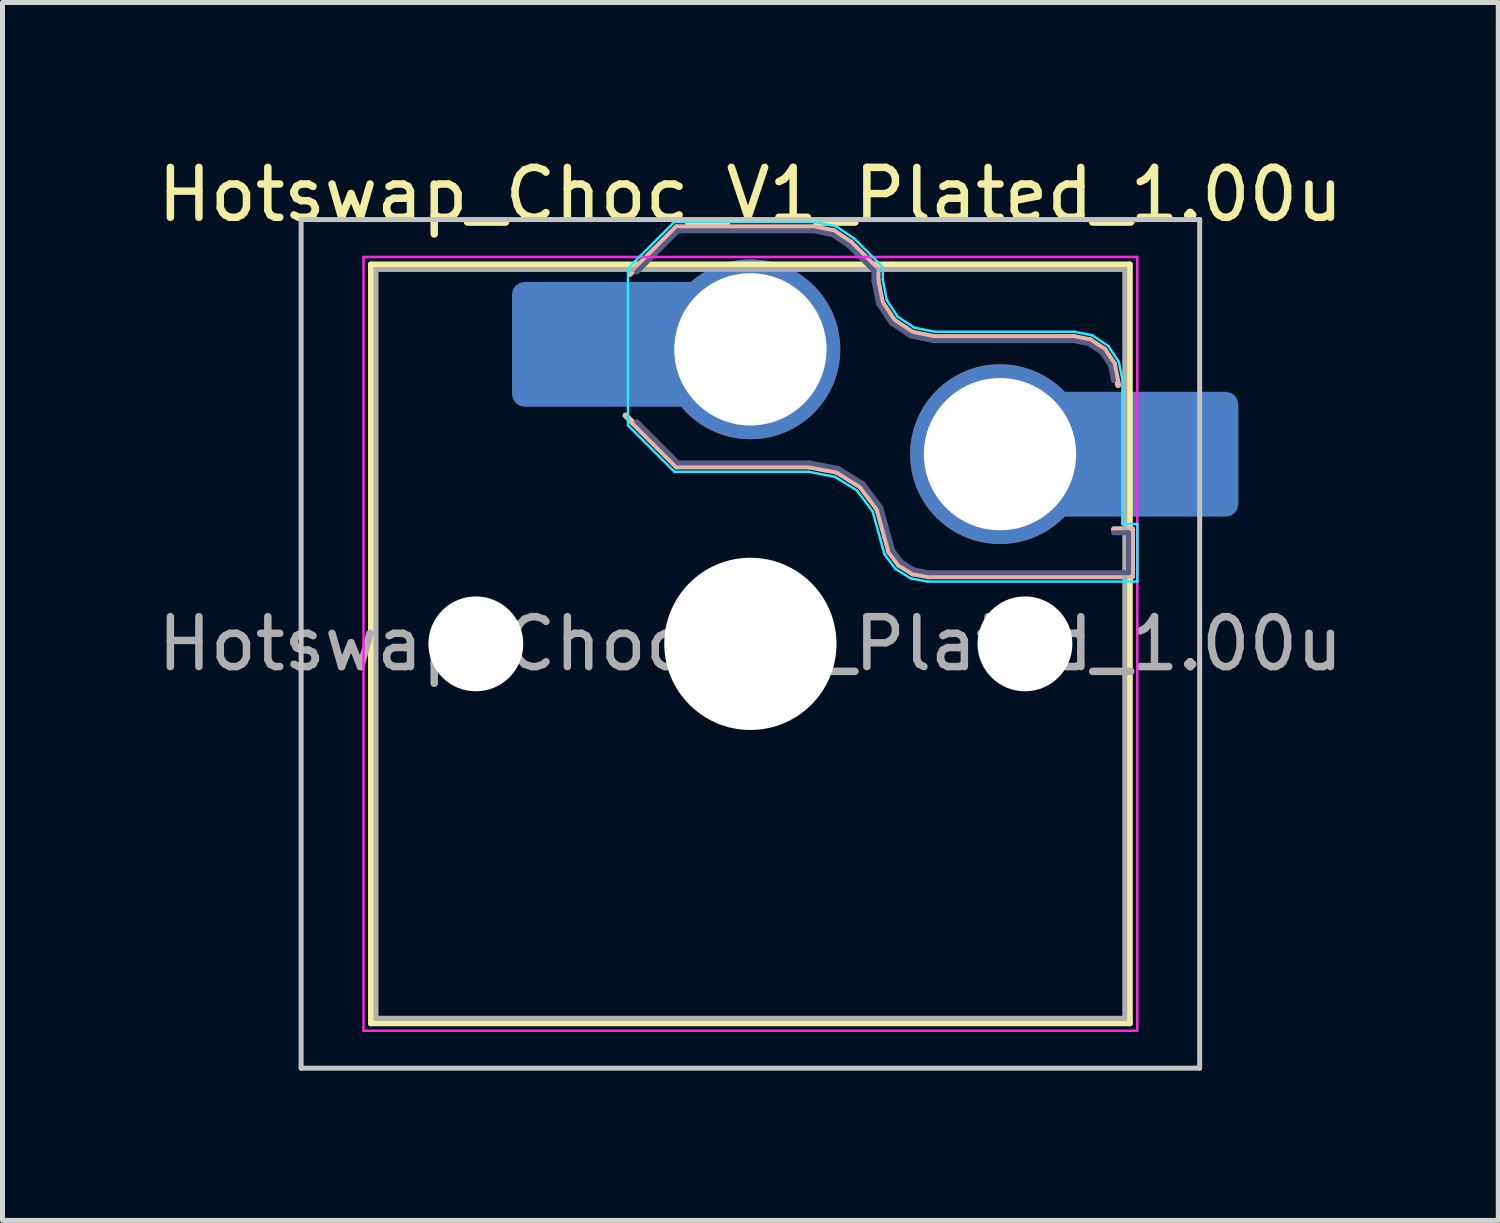
<source format=kicad_pcb>
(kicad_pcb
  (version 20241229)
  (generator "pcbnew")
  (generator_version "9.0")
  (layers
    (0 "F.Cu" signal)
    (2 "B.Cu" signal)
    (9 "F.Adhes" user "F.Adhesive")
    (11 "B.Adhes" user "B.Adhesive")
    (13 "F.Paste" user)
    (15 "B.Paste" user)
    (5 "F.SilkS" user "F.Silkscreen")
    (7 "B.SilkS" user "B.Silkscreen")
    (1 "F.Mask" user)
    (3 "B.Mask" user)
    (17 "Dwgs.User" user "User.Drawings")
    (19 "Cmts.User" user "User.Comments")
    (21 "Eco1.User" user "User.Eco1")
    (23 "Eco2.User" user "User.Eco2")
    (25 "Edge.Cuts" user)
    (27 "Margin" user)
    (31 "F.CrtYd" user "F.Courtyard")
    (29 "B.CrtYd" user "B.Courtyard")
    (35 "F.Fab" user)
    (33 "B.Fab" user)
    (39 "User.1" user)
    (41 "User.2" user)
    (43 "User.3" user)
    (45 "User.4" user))
  (footprint "Hotswap_Choc_V1_Plated_1.00u"
    (layer "F.Cu")
    (at 11.982 9.848)
    (property "Reference" "Hotswap_Choc_V1_Plated_1.00u" (at 0 -9 0) (layer "F.SilkS") (effects (font (size 1 1) (thickness 0.15))))
    (attr smd)
    (fp_line (start -7.6 -7.6) (end -7.6 7.6) (stroke (width 0.12) (type solid)) (layer "F.SilkS"))
    (fp_line (start -7.6 7.6) (end 7.6 7.6) (stroke (width 0.12) (type solid)) (layer "F.SilkS"))
    (fp_line (start 7.6 -7.6) (end -7.6 -7.6) (stroke (width 0.12) (type solid)) (layer "F.SilkS"))
    (fp_line (start 7.6 7.6) (end 7.6 -7.6) (stroke (width 0.12) (type solid)) (layer "F.SilkS"))
    (fp_line (start -2.416 -7.409) (end -1.479 -8.346) (stroke (width 0.12) (type solid)) (layer "B.SilkS"))
    (fp_line (start -1.479 -8.346) (end 1.268 -8.346) (stroke (width 0.12) (type solid)) (layer "B.SilkS"))
    (fp_line (start -1.479 -3.554) (end -2.5 -4.575) (stroke (width 0.12) (type solid)) (layer "B.SilkS"))
    (fp_line (start 1.168 -3.554) (end -1.479 -3.554) (stroke (width 0.12) (type solid)) (layer "B.SilkS"))
    (fp_line (start 1.268 -8.346) (end 1.671 -8.266) (stroke (width 0.12) (type solid)) (layer "B.SilkS"))
    (fp_line (start 1.671 -8.266) (end 2.013 -8.037) (stroke (width 0.12) (type solid)) (layer "B.SilkS"))
    (fp_line (start 1.73 -3.449) (end 1.168 -3.554) (stroke (width 0.12) (type solid)) (layer "B.SilkS"))
    (fp_line (start 2.013 -8.037) (end 2.546 -7.504) (stroke (width 0.12) (type solid)) (layer "B.SilkS"))
    (fp_line (start 2.209 -3.15) (end 1.73 -3.449) (stroke (width 0.12) (type solid)) (layer "B.SilkS"))
    (fp_line (start 2.546 -7.504) (end 2.546 -7.282) (stroke (width 0.12) (type solid)) (layer "B.SilkS"))
    (fp_line (start 2.546 -7.282) (end 2.633 -6.844) (stroke (width 0.12) (type solid)) (layer "B.SilkS"))
    (fp_line (start 2.547 -2.697) (end 2.209 -3.15) (stroke (width 0.12) (type solid)) (layer "B.SilkS"))
    (fp_line (start 2.633 -6.844) (end 2.877 -6.477) (stroke (width 0.12) (type solid)) (layer "B.SilkS"))
    (fp_line (start 2.701 -2.139) (end 2.547 -2.697) (stroke (width 0.12) (type solid)) (layer "B.SilkS"))
    (fp_line (start 2.783 -1.841) (end 2.701 -2.139) (stroke (width 0.12) (type solid)) (layer "B.SilkS"))
    (fp_line (start 2.877 -6.477) (end 3.244 -6.233) (stroke (width 0.12) (type solid)) (layer "B.SilkS"))
    (fp_line (start 2.976 -1.583) (end 2.783 -1.841) (stroke (width 0.12) (type solid)) (layer "B.SilkS"))
    (fp_line (start 3.244 -6.233) (end 3.682 -6.146) (stroke (width 0.12) (type solid)) (layer "B.SilkS"))
    (fp_line (start 3.25 -1.413) (end 2.976 -1.583) (stroke (width 0.12) (type solid)) (layer "B.SilkS"))
    (fp_line (start 3.56 -1.354) (end 3.25 -1.413) (stroke (width 0.12) (type solid)) (layer "B.SilkS"))
    (fp_line (start 3.682 -6.146) (end 6.482 -6.146) (stroke (width 0.12) (type solid)) (layer "B.SilkS"))
    (fp_line (start 6.482 -6.146) (end 6.809 -6.081) (stroke (width 0.12) (type solid)) (layer "B.SilkS"))
    (fp_line (start 6.809 -6.081) (end 7.092 -5.892) (stroke (width 0.12) (type solid)) (layer "B.SilkS"))
    (fp_line (start 7.092 -5.892) (end 7.281 -5.609) (stroke (width 0.12) (type solid)) (layer "B.SilkS"))
    (fp_line (start 7.281 -5.609) (end 7.366 -5.182) (stroke (width 0.12) (type solid)) (layer "B.SilkS"))
    (fp_line (start 7.283 -2.296) (end 7.646 -2.296) (stroke (width 0.12) (type solid)) (layer "B.SilkS"))
    (fp_line (start 7.646 -2.296) (end 7.646 -1.354) (stroke (width 0.12) (type solid)) (layer "B.SilkS"))
    (fp_line (start 7.646 -1.354) (end 3.56 -1.354) (stroke (width 0.12) (type solid)) (layer "B.SilkS"))
    (fp_line (start -9 -8.5) (end -9 8.5) (stroke (width 0.1) (type solid)) (layer "Dwgs.User"))
    (fp_line (start -9 8.5) (end 9 8.5) (stroke (width 0.1) (type solid)) (layer "Dwgs.User"))
    (fp_line (start 9 -8.5) (end -9 -8.5) (stroke (width 0.1) (type solid)) (layer "Dwgs.User"))
    (fp_line (start 9 8.5) (end 9 -8.5) (stroke (width 0.1) (type solid)) (layer "Dwgs.User"))
    (fp_line (start -7.25 -7.25) (end -7.25 7.25) (stroke (width 0.1) (type solid)) (layer "Eco1.User"))
    (fp_line (start -7.25 7.25) (end 7.25 7.25) (stroke (width 0.1) (type solid)) (layer "Eco1.User"))
    (fp_line (start 7.25 -7.25) (end -7.25 -7.25) (stroke (width 0.1) (type solid)) (layer "Eco1.User"))
    (fp_line (start 7.25 7.25) (end 7.25 -7.25) (stroke (width 0.1) (type solid)) (layer "Eco1.User"))
    (fp_line (start -2.452 -7.523) (end -1.523 -8.452) (stroke (width 0.05) (type solid)) (layer "B.CrtYd"))
    (fp_line (start -2.452 -4.377) (end -2.452 -7.523) (stroke (width 0.05) (type solid)) (layer "B.CrtYd"))
    (fp_line (start -1.523 -8.452) (end 1.278 -8.452) (stroke (width 0.05) (type solid)) (layer "B.CrtYd"))
    (fp_line (start -1.523 -3.448) (end -2.452 -4.377) (stroke (width 0.05) (type solid)) (layer "B.CrtYd"))
    (fp_line (start 1.159 -3.448) (end -1.523 -3.448) (stroke (width 0.05) (type solid)) (layer "B.CrtYd"))
    (fp_line (start 1.278 -8.452) (end 1.712 -8.366) (stroke (width 0.05) (type solid)) (layer "B.CrtYd"))
    (fp_line (start 1.691 -3.348) (end 1.159 -3.448) (stroke (width 0.05) (type solid)) (layer "B.CrtYd"))
    (fp_line (start 1.712 -8.366) (end 2.081 -8.119) (stroke (width 0.05) (type solid)) (layer "B.CrtYd"))
    (fp_line (start 2.081 -8.119) (end 2.652 -7.548) (stroke (width 0.05) (type solid)) (layer "B.CrtYd"))
    (fp_line (start 2.136 -3.071) (end 1.691 -3.348) (stroke (width 0.05) (type solid)) (layer "B.CrtYd"))
    (fp_line (start 2.45 -2.65) (end 2.136 -3.071) (stroke (width 0.05) (type solid)) (layer "B.CrtYd"))
    (fp_line (start 2.599 -2.111) (end 2.45 -2.65) (stroke (width 0.05) (type solid)) (layer "B.CrtYd"))
    (fp_line (start 2.652 -7.548) (end 2.652 -7.292) (stroke (width 0.05) (type solid)) (layer "B.CrtYd"))
    (fp_line (start 2.652 -7.292) (end 2.733 -6.885) (stroke (width 0.05) (type solid)) (layer "B.CrtYd"))
    (fp_line (start 2.687 -1.794) (end 2.599 -2.111) (stroke (width 0.05) (type solid)) (layer "B.CrtYd"))
    (fp_line (start 2.733 -6.885) (end 2.953 -6.553) (stroke (width 0.05) (type solid)) (layer "B.CrtYd"))
    (fp_line (start 2.903 -1.503) (end 2.687 -1.794) (stroke (width 0.05) (type solid)) (layer "B.CrtYd"))
    (fp_line (start 2.953 -6.553) (end 3.285 -6.333) (stroke (width 0.05) (type solid)) (layer "B.CrtYd"))
    (fp_line (start 3.211 -1.312) (end 2.903 -1.503) (stroke (width 0.05) (type solid)) (layer "B.CrtYd"))
    (fp_line (start 3.285 -6.333) (end 3.692 -6.252) (stroke (width 0.05) (type solid)) (layer "B.CrtYd"))
    (fp_line (start 3.55 -1.248) (end 3.211 -1.312) (stroke (width 0.05) (type solid)) (layer "B.CrtYd"))
    (fp_line (start 3.692 -6.252) (end 6.492 -6.252) (stroke (width 0.05) (type solid)) (layer "B.CrtYd"))
    (fp_line (start 6.492 -6.252) (end 6.85 -6.181) (stroke (width 0.05) (type solid)) (layer "B.CrtYd"))
    (fp_line (start 6.85 -6.181) (end 7.168 -5.968) (stroke (width 0.05) (type solid)) (layer "B.CrtYd"))
    (fp_line (start 7.168 -5.968) (end 7.381 -5.65) (stroke (width 0.05) (type solid)) (layer "B.CrtYd"))
    (fp_line (start 7.381 -5.65) (end 7.452 -5.292) (stroke (width 0.05) (type solid)) (layer "B.CrtYd"))
    (fp_line (start 7.452 -5.292) (end 7.452 -2.402) (stroke (width 0.05) (type solid)) (layer "B.CrtYd"))
    (fp_line (start 7.452 -2.402) (end 7.752 -2.402) (stroke (width 0.05) (type solid)) (layer "B.CrtYd"))
    (fp_line (start 7.752 -2.402) (end 7.752 -1.248) (stroke (width 0.05) (type solid)) (layer "B.CrtYd"))
    (fp_line (start 7.752 -1.248) (end 3.55 -1.248) (stroke (width 0.05) (type solid)) (layer "B.CrtYd"))
    (fp_line (start -7.75 -7.75) (end -7.75 7.75) (stroke (width 0.05) (type solid)) (layer "F.CrtYd"))
    (fp_line (start -7.75 7.75) (end 7.75 7.75) (stroke (width 0.05) (type solid)) (layer "F.CrtYd"))
    (fp_line (start 7.75 -7.75) (end -7.75 -7.75) (stroke (width 0.05) (type solid)) (layer "F.CrtYd"))
    (fp_line (start 7.75 7.75) (end 7.75 -7.75) (stroke (width 0.05) (type solid)) (layer "F.CrtYd"))
    (fp_line (start -2.275 -7.45) (end -1.45 -8.275) (stroke (width 0.1) (type solid)) (layer "B.Fab"))
    (fp_line (start -1.45 -8.275) (end 1.261 -8.275) (stroke (width 0.1) (type solid)) (layer "B.Fab"))
    (fp_line (start -1.45 -3.625) (end -2.275 -4.45) (stroke (width 0.1) (type solid)) (layer "B.Fab"))
    (fp_line (start 1.175 -3.625) (end -1.45 -3.625) (stroke (width 0.1) (type solid)) (layer "B.Fab"))
    (fp_line (start 1.261 -8.275) (end 1.643 -8.199) (stroke (width 0.1) (type solid)) (layer "B.Fab"))
    (fp_line (start 1.643 -8.199) (end 1.968 -7.982) (stroke (width 0.1) (type solid)) (layer "B.Fab"))
    (fp_line (start 1.756 -3.516) (end 1.175 -3.625) (stroke (width 0.1) (type solid)) (layer "B.Fab"))
    (fp_line (start 1.968 -7.982) (end 2.475 -7.475) (stroke (width 0.1) (type solid)) (layer "B.Fab"))
    (fp_line (start 2.258 -3.203) (end 1.756 -3.516) (stroke (width 0.1) (type solid)) (layer "B.Fab"))
    (fp_line (start 2.475 -7.475) (end 2.475 -7.275) (stroke (width 0.1) (type solid)) (layer "B.Fab"))
    (fp_line (start 2.475 -7.275) (end 2.566 -6.816) (stroke (width 0.1) (type solid)) (layer "B.Fab"))
    (fp_line (start 2.566 -6.816) (end 2.826 -6.426) (stroke (width 0.1) (type solid)) (layer "B.Fab"))
    (fp_line (start 2.612 -2.729) (end 2.258 -3.203) (stroke (width 0.1) (type solid)) (layer "B.Fab"))
    (fp_line (start 2.769 -2.158) (end 2.612 -2.729) (stroke (width 0.1) (type solid)) (layer "B.Fab"))
    (fp_line (start 2.826 -6.426) (end 3.216 -6.166) (stroke (width 0.1) (type solid)) (layer "B.Fab"))
    (fp_line (start 2.848 -1.873) (end 2.769 -2.158) (stroke (width 0.1) (type solid)) (layer "B.Fab"))
    (fp_line (start 3.025 -1.636) (end 2.848 -1.873) (stroke (width 0.1) (type solid)) (layer "B.Fab"))
    (fp_line (start 3.216 -6.166) (end 3.675 -6.075) (stroke (width 0.1) (type solid)) (layer "B.Fab"))
    (fp_line (start 3.276 -1.48) (end 3.025 -1.636) (stroke (width 0.1) (type solid)) (layer "B.Fab"))
    (fp_line (start 3.567 -1.425) (end 3.276 -1.48) (stroke (width 0.1) (type solid)) (layer "B.Fab"))
    (fp_line (start 3.675 -6.075) (end 6.475 -6.075) (stroke (width 0.1) (type solid)) (layer "B.Fab"))
    (fp_line (start 6.475 -6.075) (end 6.781 -6.014) (stroke (width 0.1) (type solid)) (layer "B.Fab"))
    (fp_line (start 6.781 -6.014) (end 7.041 -5.841) (stroke (width 0.1) (type solid)) (layer "B.Fab"))
    (fp_line (start 7.041 -5.841) (end 7.214 -5.581) (stroke (width 0.1) (type solid)) (layer "B.Fab"))
    (fp_line (start 7.214 -5.581) (end 7.275 -5.275) (stroke (width 0.1) (type solid)) (layer "B.Fab"))
    (fp_line (start 7.275 -2.225) (end 7.575 -2.225) (stroke (width 0.1) (type solid)) (layer "B.Fab"))
    (fp_line (start 7.575 -2.225) (end 7.575 -1.425) (stroke (width 0.1) (type solid)) (layer "B.Fab"))
    (fp_line (start 7.575 -1.425) (end 3.567 -1.425) (stroke (width 0.1) (type solid)) (layer "B.Fab"))
    (fp_line (start -7.5 -7.5) (end -7.5 7.5) (stroke (width 0.1) (type solid)) (layer "F.Fab"))
    (fp_line (start -7.5 7.5) (end 7.5 7.5) (stroke (width 0.1) (type solid)) (layer "F.Fab"))
    (fp_line (start 7.5 -7.5) (end -7.5 -7.5) (stroke (width 0.1) (type solid)) (layer "F.Fab"))
    (fp_line (start 7.5 7.5) (end 7.5 -7.5) (stroke (width 0.1) (type solid)) (layer "F.Fab"))
    (fp_text user "${REFERENCE}" (at 0 0 0) (layer "F.Fab") (effects (font (size 1 1) (thickness 0.15))))
    (pad "" np_thru_hole circle (at -5.5 0) (size 1.9 1.9) (drill 1.9) (layers "*.Cu" "*.Mask"))
    (pad "" smd roundrect (at -3.5 -6) (size 2.55 2.5) (layers "B.Mask" "B.Paste") (roundrect_rratio 0.1))
    (pad "" np_thru_hole circle (at 0 0) (size 3.45 3.45) (drill 3.45) (layers "*.Cu" "*.Mask"))
    (pad "" np_thru_hole circle (at 5.5 0) (size 1.9 1.9) (drill 1.9) (layers "*.Cu" "*.Mask"))
    (pad "" smd roundrect (at 8.5 -3.8) (size 2.55 2.5) (layers "B.Mask" "B.Paste") (roundrect_rratio 0.1))
    (pad "1" smd roundrect (at -2.85 -6) (size 3.85 2.5) (layers "B.Cu") (roundrect_rratio 0.1))
    (pad "1" thru_hole circle (at 0 -5.9) (size 3.6 3.6) (drill 3.05) (layers "*.Cu" "*.Mask"))
    (pad "2" thru_hole circle (at 5 -3.8) (size 3.6 3.6) (drill 3.05) (layers "*.Cu" "*.Mask"))
    (pad "2" smd roundrect (at 7.85 -3.8) (size 3.85 2.5) (layers "B.Cu") (roundrect_rratio 0.1)))
  (gr_rect
    (start -3 -3)
    (end 26.964 21.398)
    (stroke (width 0.1) (type default))
    (fill no)
    (layer "Edge.Cuts")))
</source>
